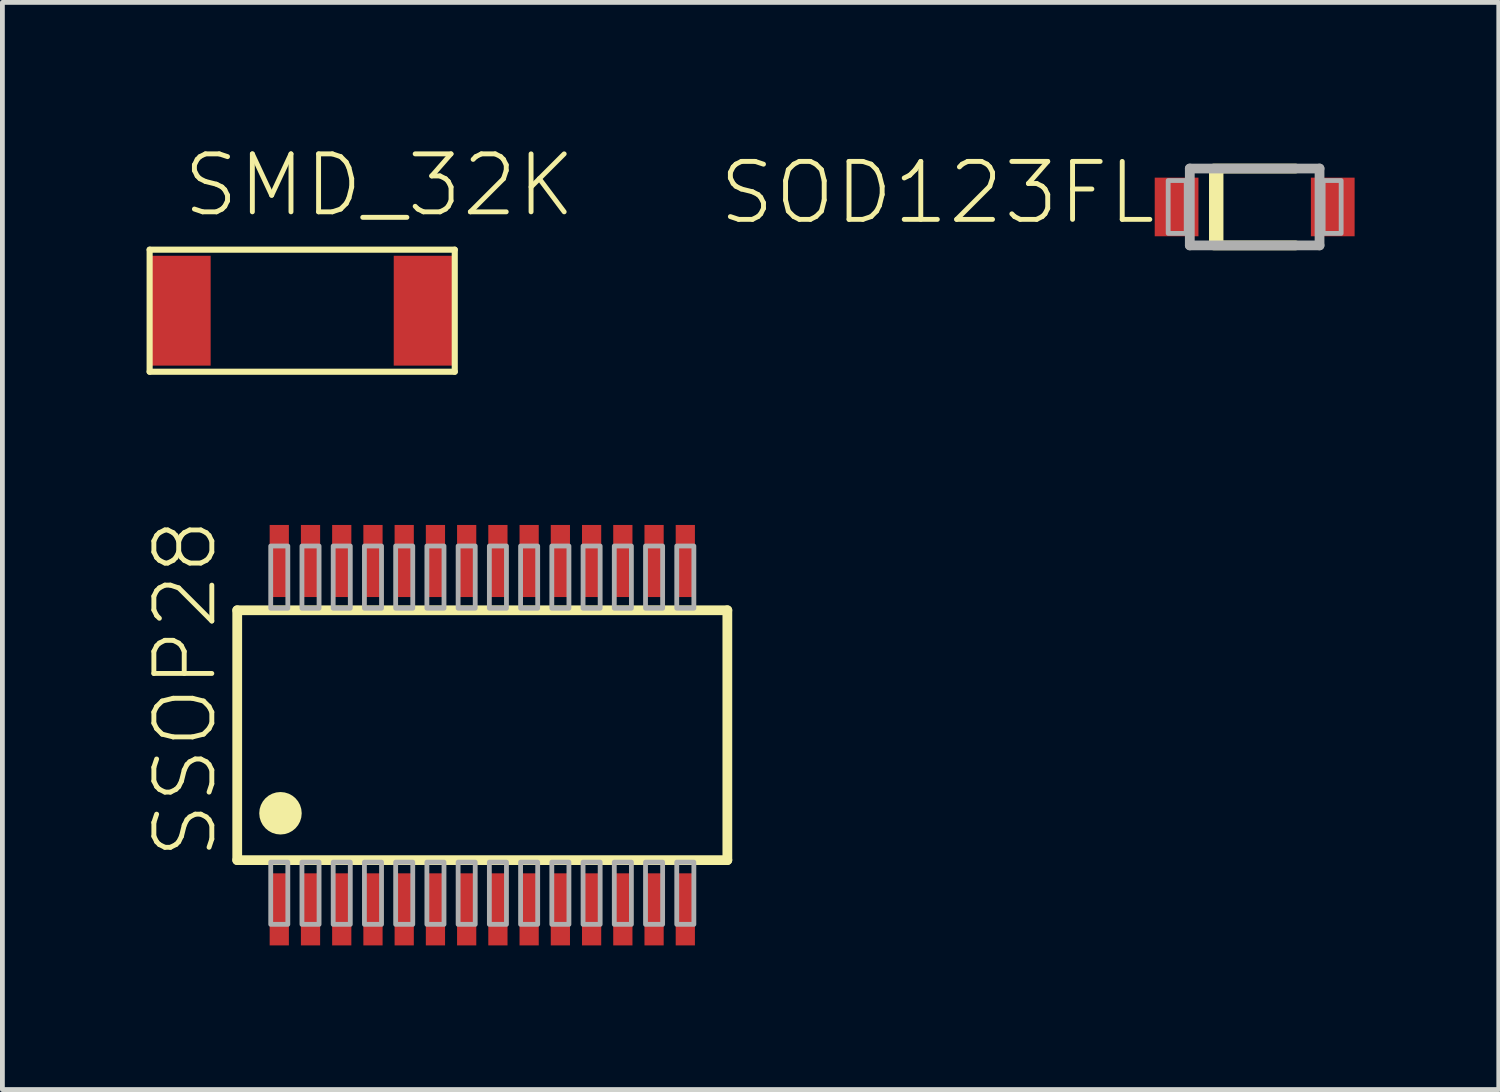
<source format=kicad_pcb>
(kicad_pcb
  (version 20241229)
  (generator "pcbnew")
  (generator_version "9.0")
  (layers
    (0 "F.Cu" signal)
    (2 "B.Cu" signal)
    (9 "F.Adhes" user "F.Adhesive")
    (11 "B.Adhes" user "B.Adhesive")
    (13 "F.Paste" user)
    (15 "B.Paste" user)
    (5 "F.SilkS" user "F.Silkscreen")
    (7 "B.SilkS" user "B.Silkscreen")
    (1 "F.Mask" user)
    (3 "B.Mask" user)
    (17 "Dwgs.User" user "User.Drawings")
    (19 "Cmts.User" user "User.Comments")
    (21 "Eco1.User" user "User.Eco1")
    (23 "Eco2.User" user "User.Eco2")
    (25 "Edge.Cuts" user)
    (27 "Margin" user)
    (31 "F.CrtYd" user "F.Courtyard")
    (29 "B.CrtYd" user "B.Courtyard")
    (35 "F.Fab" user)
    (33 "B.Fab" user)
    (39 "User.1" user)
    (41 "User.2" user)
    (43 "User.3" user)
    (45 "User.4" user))
  (footprint "SSOP28"
    (layer "F.Cu")
    (at 6.987 12.25)
    (property "Reference" "SSOP28" (at -5.476 2.63 90) (layer "F.SilkS") (effects (font (size 1.206 1.206) (thickness 0.102)) (justify left bottom)))
    (attr through_hole)
    (fp_line (start -5.1 -2.6) (end -5.1 2.6) (stroke (width 0.203) (type solid)) (layer "F.SilkS"))
    (fp_line (start -5.1 2.6) (end 5.1 2.6) (stroke (width 0.203) (type solid)) (layer "F.SilkS"))
    (fp_line (start 5.1 -2.6) (end -5.1 -2.6) (stroke (width 0.203) (type solid)) (layer "F.SilkS"))
    (fp_line (start 5.1 2.6) (end 5.1 -2.6) (stroke (width 0.203) (type solid)) (layer "F.SilkS"))
    (fp_circle (center -4.2 1.625) (end -3.979 1.625) (stroke (width 0.442) (type solid)) (fill no) (layer "F.SilkS"))
    (fp_poly (pts (xy -4.403 -2.642) (xy -4.047 -2.642) (xy -4.047 -3.937) (xy -4.403 -3.937)) (stroke (width 0.1) (type solid)) (fill no) (layer "F.Fab"))
    (fp_poly (pts (xy -4.403 3.937) (xy -4.047 3.937) (xy -4.047 2.642) (xy -4.403 2.642)) (stroke (width 0.1) (type solid)) (fill no) (layer "F.Fab"))
    (fp_poly (pts (xy -3.753 -2.642) (xy -3.397 -2.642) (xy -3.397 -3.937) (xy -3.753 -3.937)) (stroke (width 0.1) (type solid)) (fill no) (layer "F.Fab"))
    (fp_poly (pts (xy -3.753 3.937) (xy -3.397 3.937) (xy -3.397 2.642) (xy -3.753 2.642)) (stroke (width 0.1) (type solid)) (fill no) (layer "F.Fab"))
    (fp_poly (pts (xy -3.103 -2.642) (xy -2.747 -2.642) (xy -2.747 -3.937) (xy -3.103 -3.937)) (stroke (width 0.1) (type solid)) (fill no) (layer "F.Fab"))
    (fp_poly (pts (xy -3.103 3.937) (xy -2.747 3.937) (xy -2.747 2.642) (xy -3.103 2.642)) (stroke (width 0.1) (type solid)) (fill no) (layer "F.Fab"))
    (fp_poly (pts (xy -2.453 -2.642) (xy -2.097 -2.642) (xy -2.097 -3.937) (xy -2.453 -3.937)) (stroke (width 0.1) (type solid)) (fill no) (layer "F.Fab"))
    (fp_poly (pts (xy -2.453 3.937) (xy -2.097 3.937) (xy -2.097 2.642) (xy -2.453 2.642)) (stroke (width 0.1) (type solid)) (fill no) (layer "F.Fab"))
    (fp_poly (pts (xy -1.803 -2.642) (xy -1.447 -2.642) (xy -1.447 -3.937) (xy -1.803 -3.937)) (stroke (width 0.1) (type solid)) (fill no) (layer "F.Fab"))
    (fp_poly (pts (xy -1.803 3.937) (xy -1.447 3.937) (xy -1.447 2.642) (xy -1.803 2.642)) (stroke (width 0.1) (type solid)) (fill no) (layer "F.Fab"))
    (fp_poly (pts (xy -1.153 -2.642) (xy -0.797 -2.642) (xy -0.797 -3.937) (xy -1.153 -3.937)) (stroke (width 0.1) (type solid)) (fill no) (layer "F.Fab"))
    (fp_poly (pts (xy -1.153 3.937) (xy -0.797 3.937) (xy -0.797 2.642) (xy -1.153 2.642)) (stroke (width 0.1) (type solid)) (fill no) (layer "F.Fab"))
    (fp_poly (pts (xy -0.503 -2.642) (xy -0.147 -2.642) (xy -0.147 -3.937) (xy -0.503 -3.937)) (stroke (width 0.1) (type solid)) (fill no) (layer "F.Fab"))
    (fp_poly (pts (xy -0.503 3.937) (xy -0.147 3.937) (xy -0.147 2.642) (xy -0.503 2.642)) (stroke (width 0.1) (type solid)) (fill no) (layer "F.Fab"))
    (fp_poly (pts (xy 0.147 -2.642) (xy 0.503 -2.642) (xy 0.503 -3.937) (xy 0.147 -3.937)) (stroke (width 0.1) (type solid)) (fill no) (layer "F.Fab"))
    (fp_poly (pts (xy 0.147 3.937) (xy 0.503 3.937) (xy 0.503 2.642) (xy 0.147 2.642)) (stroke (width 0.1) (type solid)) (fill no) (layer "F.Fab"))
    (fp_poly (pts (xy 0.797 -2.642) (xy 1.153 -2.642) (xy 1.153 -3.937) (xy 0.797 -3.937)) (stroke (width 0.1) (type solid)) (fill no) (layer "F.Fab"))
    (fp_poly (pts (xy 0.797 3.937) (xy 1.153 3.937) (xy 1.153 2.642) (xy 0.797 2.642)) (stroke (width 0.1) (type solid)) (fill no) (layer "F.Fab"))
    (fp_poly (pts (xy 1.447 -2.642) (xy 1.803 -2.642) (xy 1.803 -3.937) (xy 1.447 -3.937)) (stroke (width 0.1) (type solid)) (fill no) (layer "F.Fab"))
    (fp_poly (pts (xy 1.447 3.937) (xy 1.803 3.937) (xy 1.803 2.642) (xy 1.447 2.642)) (stroke (width 0.1) (type solid)) (fill no) (layer "F.Fab"))
    (fp_poly (pts (xy 2.097 -2.642) (xy 2.453 -2.642) (xy 2.453 -3.937) (xy 2.097 -3.937)) (stroke (width 0.1) (type solid)) (fill no) (layer "F.Fab"))
    (fp_poly (pts (xy 2.097 3.937) (xy 2.453 3.937) (xy 2.453 2.642) (xy 2.097 2.642)) (stroke (width 0.1) (type solid)) (fill no) (layer "F.Fab"))
    (fp_poly (pts (xy 2.747 -2.642) (xy 3.103 -2.642) (xy 3.103 -3.937) (xy 2.747 -3.937)) (stroke (width 0.1) (type solid)) (fill no) (layer "F.Fab"))
    (fp_poly (pts (xy 2.747 3.937) (xy 3.103 3.937) (xy 3.103 2.642) (xy 2.747 2.642)) (stroke (width 0.1) (type solid)) (fill no) (layer "F.Fab"))
    (fp_poly (pts (xy 3.397 -2.642) (xy 3.753 -2.642) (xy 3.753 -3.937) (xy 3.397 -3.937)) (stroke (width 0.1) (type solid)) (fill no) (layer "F.Fab"))
    (fp_poly (pts (xy 3.397 3.937) (xy 3.753 3.937) (xy 3.753 2.642) (xy 3.397 2.642)) (stroke (width 0.1) (type solid)) (fill no) (layer "F.Fab"))
    (fp_poly (pts (xy 4.047 -2.642) (xy 4.403 -2.642) (xy 4.403 -3.937) (xy 4.047 -3.937)) (stroke (width 0.1) (type solid)) (fill no) (layer "F.Fab"))
    (fp_poly (pts (xy 4.047 3.937) (xy 4.403 3.937) (xy 4.403 2.642) (xy 4.047 2.642)) (stroke (width 0.1) (type solid)) (fill no) (layer "F.Fab"))
    (pad "1" smd rect (at -4.225 3.625) (size 0.4 1.5) (layers "F.Cu" "F.Mask" "F.Paste"))
    (pad "2" smd rect (at -3.575 3.625) (size 0.4 1.5) (layers "F.Cu" "F.Mask" "F.Paste"))
    (pad "3" smd rect (at -2.925 3.625) (size 0.4 1.5) (layers "F.Cu" "F.Mask" "F.Paste"))
    (pad "4" smd rect (at -2.275 3.625) (size 0.4 1.5) (layers "F.Cu" "F.Mask" "F.Paste"))
    (pad "5" smd rect (at -1.625 3.625) (size 0.4 1.5) (layers "F.Cu" "F.Mask" "F.Paste"))
    (pad "6" smd rect (at -0.975 3.625) (size 0.4 1.5) (layers "F.Cu" "F.Mask" "F.Paste"))
    (pad "7" smd rect (at -0.325 3.625) (size 0.4 1.5) (layers "F.Cu" "F.Mask" "F.Paste"))
    (pad "8" smd rect (at 0.325 3.625) (size 0.4 1.5) (layers "F.Cu" "F.Mask" "F.Paste"))
    (pad "9" smd rect (at 0.975 3.625) (size 0.4 1.5) (layers "F.Cu" "F.Mask" "F.Paste"))
    (pad "10" smd rect (at 1.625 3.625) (size 0.4 1.5) (layers "F.Cu" "F.Mask" "F.Paste"))
    (pad "11" smd rect (at 2.275 3.625) (size 0.4 1.5) (layers "F.Cu" "F.Mask" "F.Paste"))
    (pad "12" smd rect (at 2.925 3.625) (size 0.4 1.5) (layers "F.Cu" "F.Mask" "F.Paste"))
    (pad "13" smd rect (at 3.575 3.625) (size 0.4 1.5) (layers "F.Cu" "F.Mask" "F.Paste"))
    (pad "14" smd rect (at 4.225 3.625) (size 0.4 1.5) (layers "F.Cu" "F.Mask" "F.Paste"))
    (pad "15" smd rect (at 4.225 -3.625) (size 0.4 1.5) (layers "F.Cu" "F.Mask" "F.Paste"))
    (pad "16" smd rect (at 3.575 -3.625) (size 0.4 1.5) (layers "F.Cu" "F.Mask" "F.Paste"))
    (pad "17" smd rect (at 2.925 -3.625) (size 0.4 1.5) (layers "F.Cu" "F.Mask" "F.Paste"))
    (pad "18" smd rect (at 2.275 -3.625) (size 0.4 1.5) (layers "F.Cu" "F.Mask" "F.Paste"))
    (pad "19" smd rect (at 1.625 -3.625) (size 0.4 1.5) (layers "F.Cu" "F.Mask" "F.Paste"))
    (pad "20" smd rect (at 0.975 -3.625) (size 0.4 1.5) (layers "F.Cu" "F.Mask" "F.Paste"))
    (pad "21" smd rect (at 0.325 -3.625) (size 0.4 1.5) (layers "F.Cu" "F.Mask" "F.Paste"))
    (pad "22" smd rect (at -0.325 -3.625) (size 0.4 1.5) (layers "F.Cu" "F.Mask" "F.Paste"))
    (pad "23" smd rect (at -0.975 -3.625) (size 0.4 1.5) (layers "F.Cu" "F.Mask" "F.Paste"))
    (pad "24" smd rect (at -1.625 -3.625) (size 0.4 1.5) (layers "F.Cu" "F.Mask" "F.Paste"))
    (pad "25" smd rect (at -2.275 -3.625) (size 0.4 1.5) (layers "F.Cu" "F.Mask" "F.Paste"))
    (pad "26" smd rect (at -2.925 -3.625) (size 0.4 1.5) (layers "F.Cu" "F.Mask" "F.Paste"))
    (pad "27" smd rect (at -3.575 -3.625) (size 0.4 1.5) (layers "F.Cu" "F.Mask" "F.Paste"))
    (pad "28" smd rect (at -4.225 -3.625) (size 0.4 1.5) (layers "F.Cu" "F.Mask" "F.Paste")))
  (footprint "SOD123FL"
    (layer "F.Cu")
    (at 23.061 1.257)
    (property "Reference" "SOD123FL" (at -2 -1 0) (layer "F.SilkS") (effects (font (size 1.206 1.206) (thickness 0.102)) (justify right top)))
    (attr through_hole)
    (fp_line (start -0.85 -0.8) (end 0.85 -0.8) (stroke (width 0.203) (type solid)) (layer "F.SilkS"))
    (fp_line (start 0.85 0.8) (end -0.85 0.8) (stroke (width 0.203) (type solid)) (layer "F.SilkS"))
    (fp_poly (pts (xy -0.95 0.775) (xy -0.65 0.775) (xy -0.65 -0.8) (xy -0.95 -0.8)) (stroke (width 0) (type solid)) (fill yes) (layer "F.SilkS"))
    (fp_line (start -1.35 -0.8) (end 1.35 -0.8) (stroke (width 0.203) (type solid)) (layer "F.Fab"))
    (fp_line (start -1.35 0.8) (end -1.35 -0.8) (stroke (width 0.203) (type solid)) (layer "F.Fab"))
    (fp_line (start 1.35 -0.8) (end 1.35 0.8) (stroke (width 0.203) (type solid)) (layer "F.Fab"))
    (fp_line (start 1.35 0.8) (end -1.35 0.8) (stroke (width 0.203) (type solid)) (layer "F.Fab"))
    (fp_poly (pts (xy -1.8 0.55) (xy -1.425 0.55) (xy -1.425 -0.55) (xy -1.8 -0.55)) (stroke (width 0.1) (type solid)) (fill no) (layer "F.Fab"))
    (fp_poly (pts (xy 1.8 -0.55) (xy 1.425 -0.55) (xy 1.425 0.55) (xy 1.8 0.55)) (stroke (width 0.1) (type solid)) (fill no) (layer "F.Fab"))
    (pad "A" smd rect (at 1.625 0) (size 0.91 1.22) (layers "F.Cu" "F.Mask" "F.Paste"))
    (pad "C" smd rect (at -1.625 0 180) (size 0.91 1.22) (layers "F.Cu" "F.Mask" "F.Paste")))
  (footprint "SMD_32K"
    (layer "F.Cu")
    (at 3.239 3.416)
    (property "Reference" "SMD_32K" (at -2.54 -1.905 0) (layer "F.SilkS") (effects (font (size 1.206 1.206) (thickness 0.102)) (justify left bottom)))
    (attr through_hole)
    (fp_line (start -3.175 -1.27) (end 3.175 -1.27) (stroke (width 0.127) (type solid)) (layer "F.SilkS"))
    (fp_line (start -3.175 1.27) (end -3.175 -1.27) (stroke (width 0.127) (type solid)) (layer "F.SilkS"))
    (fp_line (start 3.175 -1.27) (end 3.175 1.27) (stroke (width 0.127) (type solid)) (layer "F.SilkS"))
    (fp_line (start 3.175 1.27) (end -3.175 1.27) (stroke (width 0.127) (type solid)) (layer "F.SilkS"))
    (pad "P$1" smd rect (at -2.54 0) (size 1.27 2.286) (layers "F.Cu" "F.Mask" "F.Paste"))
    (pad "P$2" smd rect (at 2.54 0) (size 1.27 2.286) (layers "F.Cu" "F.Mask" "F.Paste")))
  (gr_rect
    (start -3 -3)
    (end 28.141 19.625)
    (stroke (width 0.1) (type default))
    (fill no)
    (layer "Edge.Cuts")))
</source>
